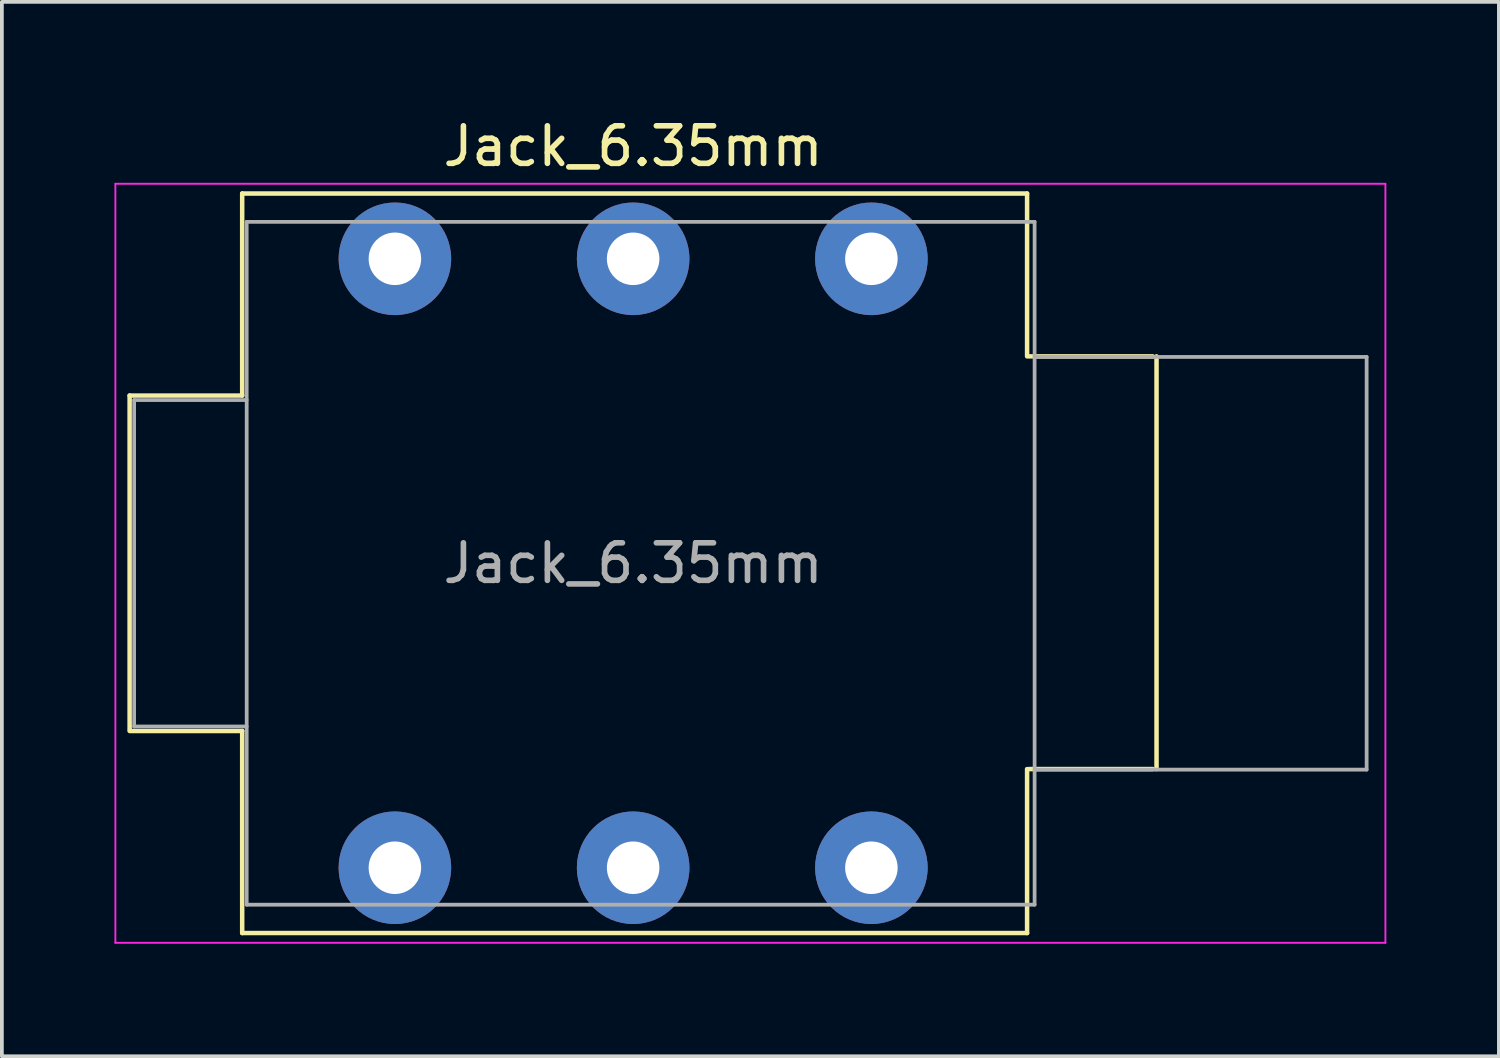
<source format=kicad_pcb>
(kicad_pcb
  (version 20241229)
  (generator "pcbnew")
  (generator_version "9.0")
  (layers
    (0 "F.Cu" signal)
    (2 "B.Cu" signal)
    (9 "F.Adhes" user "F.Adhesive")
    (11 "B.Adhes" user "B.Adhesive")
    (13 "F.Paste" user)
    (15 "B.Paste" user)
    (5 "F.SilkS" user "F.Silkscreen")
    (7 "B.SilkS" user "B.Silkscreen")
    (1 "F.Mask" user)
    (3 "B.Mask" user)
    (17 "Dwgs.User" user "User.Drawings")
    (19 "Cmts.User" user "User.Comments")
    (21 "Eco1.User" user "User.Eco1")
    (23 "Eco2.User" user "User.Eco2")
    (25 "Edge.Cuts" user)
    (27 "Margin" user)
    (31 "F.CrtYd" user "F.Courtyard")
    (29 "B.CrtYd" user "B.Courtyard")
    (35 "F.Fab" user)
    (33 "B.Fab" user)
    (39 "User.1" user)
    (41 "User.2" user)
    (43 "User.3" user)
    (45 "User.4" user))
  (footprint "Jack_6.35mm"
    (layer "F.Cu")
    (at 7.475 3.848)
    (property "Reference" "Jack_6.35mm" (at 6.35 -3 0) (layer "F.SilkS") (effects (font (size 1 1) (thickness 0.15))))
    (attr through_hole)
    (fp_line (start -7.07 3.645) (end -4.07 3.645) (stroke (width 0.12) (type solid)) (layer "F.SilkS"))
    (fp_line (start -7.07 12.545) (end -7.07 3.645) (stroke (width 0.12) (type solid)) (layer "F.SilkS"))
    (fp_line (start -7.07 12.585) (end -4.07 12.585) (stroke (width 0.12) (type solid)) (layer "F.SilkS"))
    (fp_line (start -4.07 3.645) (end -4.07 -1.74) (stroke (width 0.12) (type solid)) (layer "F.SilkS"))
    (fp_line (start -4.07 17.97) (end -4.07 12.585) (stroke (width 0.12) (type solid)) (layer "F.SilkS"))
    (fp_line (start 16.85 -1.74) (end -4.07 -1.74) (stroke (width 0.12) (type solid)) (layer "F.SilkS"))
    (fp_line (start 16.85 2.6) (end 16.85 -1.74) (stroke (width 0.12) (type solid)) (layer "F.SilkS"))
    (fp_line (start 16.85 17.97) (end -4.07 17.97) (stroke (width 0.12) (type solid)) (layer "F.SilkS"))
    (fp_line (start 16.85 17.97) (end 16.85 13.6) (stroke (width 0.12) (type solid)) (layer "F.SilkS"))
    (fp_line (start 16.9 2.6) (end 20.2 2.6) (stroke (width 0.12) (type solid)) (layer "F.SilkS"))
    (fp_line (start 16.9 13.6) (end 20.2 13.6) (stroke (width 0.12) (type solid)) (layer "F.SilkS"))
    (fp_line (start 20.3 13.6) (end 20.3 2.6) (stroke (width 0.12) (type solid)) (layer "F.SilkS"))
    (fp_line (start -7.45 18.23) (end -7.45 -2) (stroke (width 0.05) (type solid)) (layer "F.CrtYd"))
    (fp_line (start -7.45 18.23) (end 26.4 18.23) (stroke (width 0.05) (type solid)) (layer "F.CrtYd"))
    (fp_line (start 26.4 -2) (end -7.45 -2) (stroke (width 0.05) (type solid)) (layer "F.CrtYd"))
    (fp_line (start 26.4 18.23) (end 26.4 -2) (stroke (width 0.05) (type solid)) (layer "F.CrtYd"))
    (fp_line (start -6.95 3.765) (end -3.95 3.765) (stroke (width 0.1) (type solid)) (layer "F.Fab"))
    (fp_line (start -6.95 12.465) (end -6.95 3.765) (stroke (width 0.1) (type solid)) (layer "F.Fab"))
    (fp_line (start -6.95 12.465) (end -3.95 12.465) (stroke (width 0.1) (type solid)) (layer "F.Fab"))
    (fp_line (start -3.95 17.215) (end -3.95 -0.985) (stroke (width 0.1) (type solid)) (layer "F.Fab"))
    (fp_line (start 17.05 -0.985) (end -3.95 -0.985) (stroke (width 0.1) (type solid)) (layer "F.Fab"))
    (fp_line (start 17.05 17.215) (end -3.95 17.215) (stroke (width 0.1) (type solid)) (layer "F.Fab"))
    (fp_line (start 17.05 17.215) (end 17.05 -0.985) (stroke (width 0.1) (type solid)) (layer "F.Fab"))
    (fp_line (start 25.9 2.615) (end 17.05 2.615) (stroke (width 0.1) (type solid)) (layer "F.Fab"))
    (fp_line (start 25.9 13.615) (end 17.05 13.615) (stroke (width 0.1) (type solid)) (layer "F.Fab"))
    (fp_line (start 25.9 13.615) (end 25.9 2.615) (stroke (width 0.1) (type solid)) (layer "F.Fab"))
    (fp_text user "${REFERENCE}" (at 6.35 8.115 0) (layer "F.Fab") (effects (font (size 1 1) (thickness 0.15))))
    (pad "R" thru_hole circle (at 6.35 0) (size 3 3) (drill 1.4) (layers "*.Cu" "*.Mask"))
    (pad "RN" thru_hole circle (at 6.35 16.23) (size 3 3) (drill 1.4) (layers "*.Cu" "*.Mask"))
    (pad "S" thru_hole circle (at 12.7 0) (size 3 3) (drill 1.4) (layers "*.Cu" "*.Mask"))
    (pad "SN" thru_hole circle (at 12.7 16.23) (size 3 3) (drill 1.4) (layers "*.Cu" "*.Mask"))
    (pad "T" thru_hole circle (at 0 0) (size 3 3) (drill 1.4) (layers "*.Cu" "*.Mask"))
    (pad "TN" thru_hole circle (at 0 16.23) (size 3 3) (drill 1.4) (layers "*.Cu" "*.Mask")))
  (gr_rect
    (start -3 -3)
    (end 36.9 25.103)
    (stroke (width 0.1) (type default))
    (fill no)
    (layer "Edge.Cuts")))
</source>
